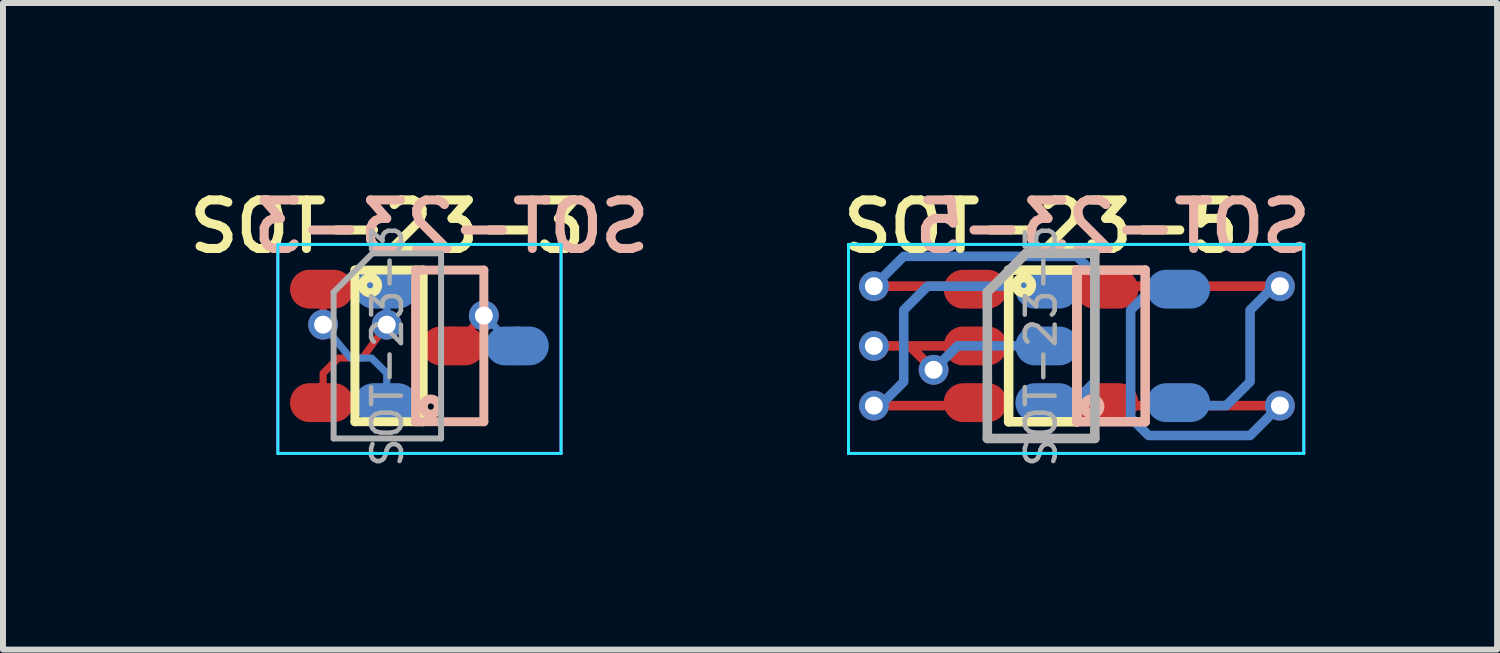
<source format=kicad_pcb>
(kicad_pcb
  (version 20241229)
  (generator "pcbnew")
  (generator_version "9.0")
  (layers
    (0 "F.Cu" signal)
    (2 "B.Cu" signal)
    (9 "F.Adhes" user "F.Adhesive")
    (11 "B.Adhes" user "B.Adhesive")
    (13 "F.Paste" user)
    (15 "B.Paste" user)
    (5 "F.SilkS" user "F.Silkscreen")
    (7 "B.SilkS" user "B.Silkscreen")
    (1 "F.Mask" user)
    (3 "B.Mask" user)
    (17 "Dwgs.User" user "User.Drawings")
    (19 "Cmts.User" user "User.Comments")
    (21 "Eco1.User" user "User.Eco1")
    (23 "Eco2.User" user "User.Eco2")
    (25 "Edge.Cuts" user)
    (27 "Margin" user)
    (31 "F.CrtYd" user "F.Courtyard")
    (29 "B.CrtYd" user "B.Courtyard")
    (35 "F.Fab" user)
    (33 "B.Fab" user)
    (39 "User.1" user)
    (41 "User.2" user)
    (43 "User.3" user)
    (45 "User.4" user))
  (footprint "SOT-23-3"
    (layer "F.Cu")
    (at 4.037 2.743)
    (property "Reference" "SOT-23-3" (at -0.6 -2 0) (layer "F.SilkS") (effects (font (size 0.813 0.813) (thickness 0.152))))
    (attr smd)
    (fp_line (start -1.143 -1.27) (end 0 -1.27) (stroke (width 0.15) (type solid)) (layer "F.SilkS"))
    (fp_line (start -1.143 1.27) (end -1.143 -1.27) (stroke (width 0.15) (type solid)) (layer "F.SilkS"))
    (fp_line (start 0 -1.27) (end 0 1.27) (stroke (width 0.15) (type solid)) (layer "F.SilkS"))
    (fp_line (start 0 1.27) (end -1.143 1.27) (stroke (width 0.15) (type solid)) (layer "F.SilkS"))
    (fp_circle (center -0.889 -1.016) (end -0.889 -0.889) (stroke (width 0.15) (type solid)) (fill no) (layer "F.SilkS"))
    (fp_line (start -0.127 -1.27) (end 1.016 -1.27) (stroke (width 0.15) (type solid)) (layer "B.SilkS"))
    (fp_line (start -0.127 1.27) (end -0.127 -1.27) (stroke (width 0.15) (type solid)) (layer "B.SilkS"))
    (fp_line (start 1.016 -1.27) (end 1.016 1.27) (stroke (width 0.15) (type solid)) (layer "B.SilkS"))
    (fp_line (start 1.016 1.27) (end -0.127 1.27) (stroke (width 0.15) (type solid)) (layer "B.SilkS"))
    (fp_circle (center 0.127 1.016) (end 0.127 1.143) (stroke (width 0.15) (type solid)) (fill no) (layer "B.SilkS"))
    (fp_line (start -2.434 -1.7) (end -2.434 1.8) (stroke (width 0.05) (type solid)) (layer "B.CrtYd"))
    (fp_line (start -2.434 1.8) (end 2.309 1.8) (stroke (width 0.05) (type solid)) (layer "B.CrtYd"))
    (fp_line (start 2.309 -1.7) (end -2.434 -1.7) (stroke (width 0.05) (type solid)) (layer "B.CrtYd"))
    (fp_line (start 2.309 1.8) (end 2.309 -1.7) (stroke (width 0.05) (type solid)) (layer "B.CrtYd"))
    (fp_line (start -2.434 -1.7) (end -2.434 1.8) (stroke (width 0.05) (type solid)) (layer "F.CrtYd"))
    (fp_line (start -2.434 1.8) (end 2.309 1.8) (stroke (width 0.05) (type solid)) (layer "F.CrtYd"))
    (fp_line (start 2.309 -1.7) (end -2.434 -1.7) (stroke (width 0.05) (type solid)) (layer "F.CrtYd"))
    (fp_line (start 2.309 1.8) (end 2.309 -1.7) (stroke (width 0.05) (type solid)) (layer "F.CrtYd"))
    (fp_line (start -1.5 -0.9) (end -1.5 1.55) (stroke (width 0.1) (type solid)) (layer "F.Fab"))
    (fp_line (start -1.5 -0.9) (end -0.85 -1.55) (stroke (width 0.1) (type solid)) (layer "F.Fab"))
    (fp_line (start 0.3 -1.55) (end -0.85 -1.55) (stroke (width 0.1) (type solid)) (layer "F.Fab"))
    (fp_line (start 0.3 -1.55) (end 0.3 1.55) (stroke (width 0.1) (type solid)) (layer "F.Fab"))
    (fp_line (start 0.3 1.55) (end -1.5 1.55) (stroke (width 0.1) (type solid)) (layer "F.Fab"))
    (fp_text user "${REFERENCE}" (at 0.473 -2 0) (layer "B.SilkS") (effects (font (size 0.813 0.813) (thickness 0.152)) (justify mirror)))
    (fp_text user "${REFERENCE}" (at -0.6 0 90) (layer "F.Fab") (effects (font (size 0.5 0.5) (thickness 0.075))))
    (pad "1" smd custom (at -1.7 -0.95) (size 0.65 0.65) (layers "F.Cu") (options (anchor circle)) (primitives (gr_line (start 0.024 -0.015) (end 0.024 0.594) (width 0.12))))
    (pad "1" smd oval (at -1.7 -0.95) (size 1.06 0.65) (layers "F.Cu" "F.Mask" "F.Paste"))
    (pad "1" thru_hole circle (at -1.676 -0.356) (size 0.5 0.5) (drill 0.3) (layers "*.Cu"))
    (pad "1" smd custom (at -0.627 0.95) (size 0.65 0.65) (layers "B.Cu") (options (anchor circle)) (primitives (gr_line (start -0.592 -0.747) (end -0.237 -0.747) (width 0.12)) (gr_line (start -1.049 -1.306) (end -0.592 -0.747) (width 0.12)) (gr_line (start -0.237 -0.747) (end 0.017 -0.493) (width 0.12)) (gr_line (start 0.017 -0.493) (end 0.017 0.015) (width 0.12))))
    (pad "1" smd oval (at -0.627 0.95) (size 1.06 0.65) (layers "B.Cu" "B.Mask" "B.Paste"))
    (pad "2" smd custom (at -1.7 0.95) (size 0.65 0.65) (layers "F.Cu") (options (anchor circle)) (primitives (gr_line (start 0.684 -0.747) (end 0.278 -0.747) (width 0.12)) (gr_line (start 1.09 -1.306) (end 0.684 -0.747) (width 0.12)) (gr_line (start 0.024 -0.493) (end 0.024 0.015) (width 0.12)) (gr_line (start 0.278 -0.747) (end 0.024 -0.493) (width 0.12))))
    (pad "2" smd oval (at -1.7 0.95) (size 1.06 0.65) (layers "F.Cu" "F.Mask" "F.Paste"))
    (pad "2" smd custom (at -0.627 -0.95) (size 0.65 0.65) (layers "B.Cu") (options (anchor circle)) (primitives (gr_line (start 0.017 -0.015) (end 0.017 0.594) (width 0.12))))
    (pad "2" smd oval (at -0.627 -0.95) (size 1.06 0.65) (layers "B.Cu" "B.Mask" "B.Paste"))
    (pad "2" thru_hole circle (at -0.61 -0.356) (size 0.5 0.5) (drill 0.3) (layers "*.Cu"))
    (pad "3" smd custom (at 0.5 0) (size 0.65 0.65) (layers "F.Cu") (options (anchor circle)) (primitives (gr_line (start 0.008 0) (end 0.516 -0.508) (width 0.12))))
    (pad "3" smd oval (at 0.5 0) (size 1.06 0.65) (layers "F.Cu" "F.Mask" "F.Paste"))
    (pad "3" thru_hole circle (at 1.016 -0.508) (size 0.5 0.5) (drill 0.3) (layers "*.Cu"))
    (pad "3" smd custom (at 1.573 0) (size 0.65 0.65) (layers "B.Cu") (options (anchor circle)) (primitives (gr_line (start -0.557 -0.508) (end -0.049 0) (width 0.12))))
    (pad "3" smd oval (at 1.573 0) (size 1.06 0.65) (layers "B.Cu" "B.Mask" "B.Paste")))
  (footprint "SOT-23-5"
    (layer "F.Cu")
    (at 14.985 2.743)
    (property "Reference" "SOT-23-5" (at -0.6 -2 0) (layer "F.SilkS") (effects (font (size 0.813 0.813) (thickness 0.152))))
    (attr smd)
    (fp_line (start -1.143 -1.27) (end 0 -1.27) (stroke (width 0.16) (type solid)) (layer "F.SilkS"))
    (fp_line (start -1.143 1.27) (end -1.143 -1.27) (stroke (width 0.16) (type solid)) (layer "F.SilkS"))
    (fp_line (start 0 -1.27) (end 0 1.27) (stroke (width 0.16) (type solid)) (layer "F.SilkS"))
    (fp_line (start 0 1.27) (end -1.143 1.27) (stroke (width 0.16) (type solid)) (layer "F.SilkS"))
    (fp_circle (center -0.889 -1.016) (end -0.889 -0.889) (stroke (width 0.16) (type solid)) (fill no) (layer "F.SilkS"))
    (fp_line (start 0 -1.27) (end 1.143 -1.27) (stroke (width 0.16) (type solid)) (layer "B.SilkS"))
    (fp_line (start 0 1.27) (end 0 -1.27) (stroke (width 0.16) (type solid)) (layer "B.SilkS"))
    (fp_line (start 1.143 -1.27) (end 1.143 1.27) (stroke (width 0.16) (type solid)) (layer "B.SilkS"))
    (fp_line (start 1.143 1.27) (end 0 1.27) (stroke (width 0.16) (type solid)) (layer "B.SilkS"))
    (fp_circle (center 0.254 1.016) (end 0.254 1.143) (stroke (width 0.16) (type solid)) (fill no) (layer "B.SilkS"))
    (fp_line (start -3.825 -1.7) (end -3.825 1.8) (stroke (width 0.05) (type solid)) (layer "B.CrtYd"))
    (fp_line (start -3.825 1.8) (end 3.8 1.8) (stroke (width 0.05) (type solid)) (layer "B.CrtYd"))
    (fp_line (start 3.8 -1.7) (end -3.825 -1.7) (stroke (width 0.05) (type solid)) (layer "B.CrtYd"))
    (fp_line (start 3.8 1.8) (end 3.8 -1.7) (stroke (width 0.05) (type solid)) (layer "B.CrtYd"))
    (fp_line (start -3.825 -1.7) (end -3.825 1.8) (stroke (width 0.05) (type solid)) (layer "F.CrtYd"))
    (fp_line (start -3.825 1.8) (end 3.8 1.8) (stroke (width 0.05) (type solid)) (layer "F.CrtYd"))
    (fp_line (start 3.8 -1.7) (end -3.825 -1.7) (stroke (width 0.05) (type solid)) (layer "F.CrtYd"))
    (fp_line (start 3.8 1.8) (end 3.8 -1.7) (stroke (width 0.05) (type solid)) (layer "F.CrtYd"))
    (fp_line (start -1.5 -0.9) (end -1.5 1.55) (stroke (width 0.16) (type solid)) (layer "F.Fab"))
    (fp_line (start -1.5 -0.9) (end -0.85 -1.55) (stroke (width 0.16) (type solid)) (layer "F.Fab"))
    (fp_line (start 0.3 -1.55) (end -0.85 -1.55) (stroke (width 0.16) (type solid)) (layer "F.Fab"))
    (fp_line (start 0.3 -1.55) (end 0.3 1.55) (stroke (width 0.16) (type solid)) (layer "F.Fab"))
    (fp_line (start 0.3 1.55) (end -1.5 1.55) (stroke (width 0.16) (type solid)) (layer "F.Fab"))
    (fp_text user "${REFERENCE}" (at 0.6 -2 0) (layer "B.SilkS") (effects (font (size 0.813 0.813) (thickness 0.152)) (justify mirror)))
    (fp_text user "${REFERENCE}" (at -0.6 0 90) (layer "F.Fab") (effects (font (size 0.5 0.5) (thickness 0.075))))
    (pad "1" thru_hole circle (at -3.4 -1) (size 0.5 0.5) (drill 0.3) (layers "*.Cu"))
    (pad "1" smd custom (at -1.7 -0.95) (size 0.6 0.6) (layers "F.Cu") (options (anchor circle)) (primitives (gr_line (start -1.7 -0.05) (end 0.1 -0.05) (width 0.16))))
    (pad "1" smd oval (at -1.7 -0.95) (size 1.06 0.65) (layers "F.Cu" "F.Mask" "F.Paste"))
    (pad "1" smd custom (at -0.5 0.95) (size 0.6 0.6) (layers "B.Cu") (options (anchor circle)) (primitives (gr_line (start 0.8 -2.15) (end 0.5 -2.45) (width 0.16)) (gr_line (start -0.1 0.05) (end 0.4 0.05) (width 0.16)) (gr_line (start 0.8 -0.35) (end 0.8 -2.15) (width 0.16)) (gr_line (start 0.4 0.05) (end 0.8 -0.35) (width 0.16)) (gr_line (start 0.5 -2.45) (end -2.4 -2.45) (width 0.16)) (gr_line (start -2.4 -2.45) (end -2.9 -1.95) (width 0.16))))
    (pad "1" smd oval (at -0.5 0.95) (size 1.06 0.65) (layers "B.Cu" "B.Mask" "B.Paste"))
    (pad "2" thru_hole circle (at -3.4 0) (size 0.5 0.5) (drill 0.3) (layers "*.Cu"))
    (pad "2" thru_hole circle (at -2.4 0.4) (size 0.5 0.5) (drill 0.3) (layers "*.Cu"))
    (pad "2" smd custom (at -1.7 0) (size 0.6 0.6) (layers "F.Cu") (options (anchor circle)) (primitives (gr_line (start -0.7 0.4) (end -1.1 0) (width 0.16)) (gr_line (start -1.7 0) (end 0.1 0) (width 0.16))))
    (pad "2" smd oval (at -1.7 0) (size 1.06 0.65) (layers "F.Cu" "F.Mask" "F.Paste"))
    (pad "2" smd custom (at -0.5 0) (size 0.6 0.6) (layers "B.Cu") (options (anchor circle)) (primitives (gr_line (start -1.5 0) (end -1.9 0.4) (width 0.16)) (gr_line (start 0.1 0) (end -1.5 0) (width 0.16))))
    (pad "2" smd oval (at -0.5 0) (size 1.06 0.65) (layers "B.Cu" "B.Mask" "B.Paste"))
    (pad "3" thru_hole circle (at -3.4 1) (size 0.5 0.5) (drill 0.3) (layers "*.Cu"))
    (pad "3" smd custom (at -1.7 0.95) (size 0.6 0.6) (layers "F.Cu") (options (anchor circle)) (primitives (gr_line (start -1.7 0.05) (end 0.1 0.05) (width 0.16))))
    (pad "3" smd oval (at -1.7 0.95) (size 1.06 0.65) (layers "F.Cu" "F.Mask" "F.Paste"))
    (pad "3" smd custom (at -0.5 -0.95) (size 0.6 0.6) (layers "B.Cu") (options (anchor circle)) (primitives (gr_line (start -2 -0.05) (end -2.4 0.35) (width 0.16)) (gr_line (start -2.8 1.95) (end -2.9 1.95) (width 0.16)) (gr_line (start 0.1 -0.05) (end -2 -0.05) (width 0.16)) (gr_line (start -2.4 1.55) (end -2.4 0.35) (width 0.16)) (gr_line (start -2.4 1.55) (end -2.8 1.95) (width 0.16))))
    (pad "3" smd oval (at -0.5 -0.95) (size 1.06 0.65) (layers "B.Cu" "B.Mask" "B.Paste"))
    (pad "4" smd custom (at 0.5 0.95) (size 0.6 0.6) (layers "F.Cu") (options (anchor circle)) (primitives (gr_line (start 2.9 0.05) (end -0.1 0.05) (width 0.16))))
    (pad "4" smd oval (at 0.5 0.95) (size 1.06 0.65) (layers "F.Cu" "F.Mask" "F.Paste"))
    (pad "4" smd custom (at 1.7 -0.95) (size 0.6 0.6) (layers "B.Cu") (options (anchor circle)) (primitives (gr_line (start -0.4 -0.05) (end -0.8 0.35) (width 0.16)) (gr_line (start -0.8 2.15) (end -0.5 2.45) (width 0.16)) (gr_line (start 1.2 2.45) (end 1.7 1.95) (width 0.16)) (gr_line (start -0.8 0.35) (end -0.8 2.15) (width 0.16)) (gr_line (start 0.1 -0.05) (end -0.4 -0.05) (width 0.16)) (gr_line (start -0.5 2.45) (end 1.2 2.45) (width 0.16))))
    (pad "4" smd oval (at 1.7 -0.95) (size 1.06 0.65) (layers "B.Cu" "B.Mask" "B.Paste"))
    (pad "4" thru_hole circle (at 3.4 1) (size 0.5 0.5) (drill 0.3) (layers "*.Cu"))
    (pad "5" smd custom (at 0.5 -0.95) (size 0.6 0.6) (layers "F.Cu") (options (anchor circle)) (primitives (gr_line (start 2.9 -0.05) (end -0.1 -0.05) (width 0.16))))
    (pad "5" smd oval (at 0.5 -0.95) (size 1.06 0.65) (layers "F.Cu" "F.Mask" "F.Paste"))
    (pad "5" smd custom (at 1.7 0.95) (size 0.6 0.6) (layers "B.Cu") (options (anchor circle)) (primitives (gr_line (start 1.2 -1.55) (end 1.6 -1.95) (width 0.16)) (gr_line (start -0.1 0.05) (end 0.8 0.05) (width 0.16)) (gr_line (start 1.6 -1.95) (end 1.7 -1.95) (width 0.16)) (gr_line (start 0.8 0.05) (end 1.2 -0.35) (width 0.16)) (gr_line (start 1.2 -0.35) (end 1.2 -1.55) (width 0.16))))
    (pad "5" smd oval (at 1.7 0.95) (size 1.06 0.65) (layers "B.Cu" "B.Mask" "B.Paste"))
    (pad "5" thru_hole circle (at 3.4 -1) (size 0.5 0.5) (drill 0.3) (layers "*.Cu")))
  (gr_rect
    (start -3 -3)
    (end 22.022 7.829)
    (stroke (width 0.1) (type default))
    (fill no)
    (layer "Edge.Cuts")))
</source>
